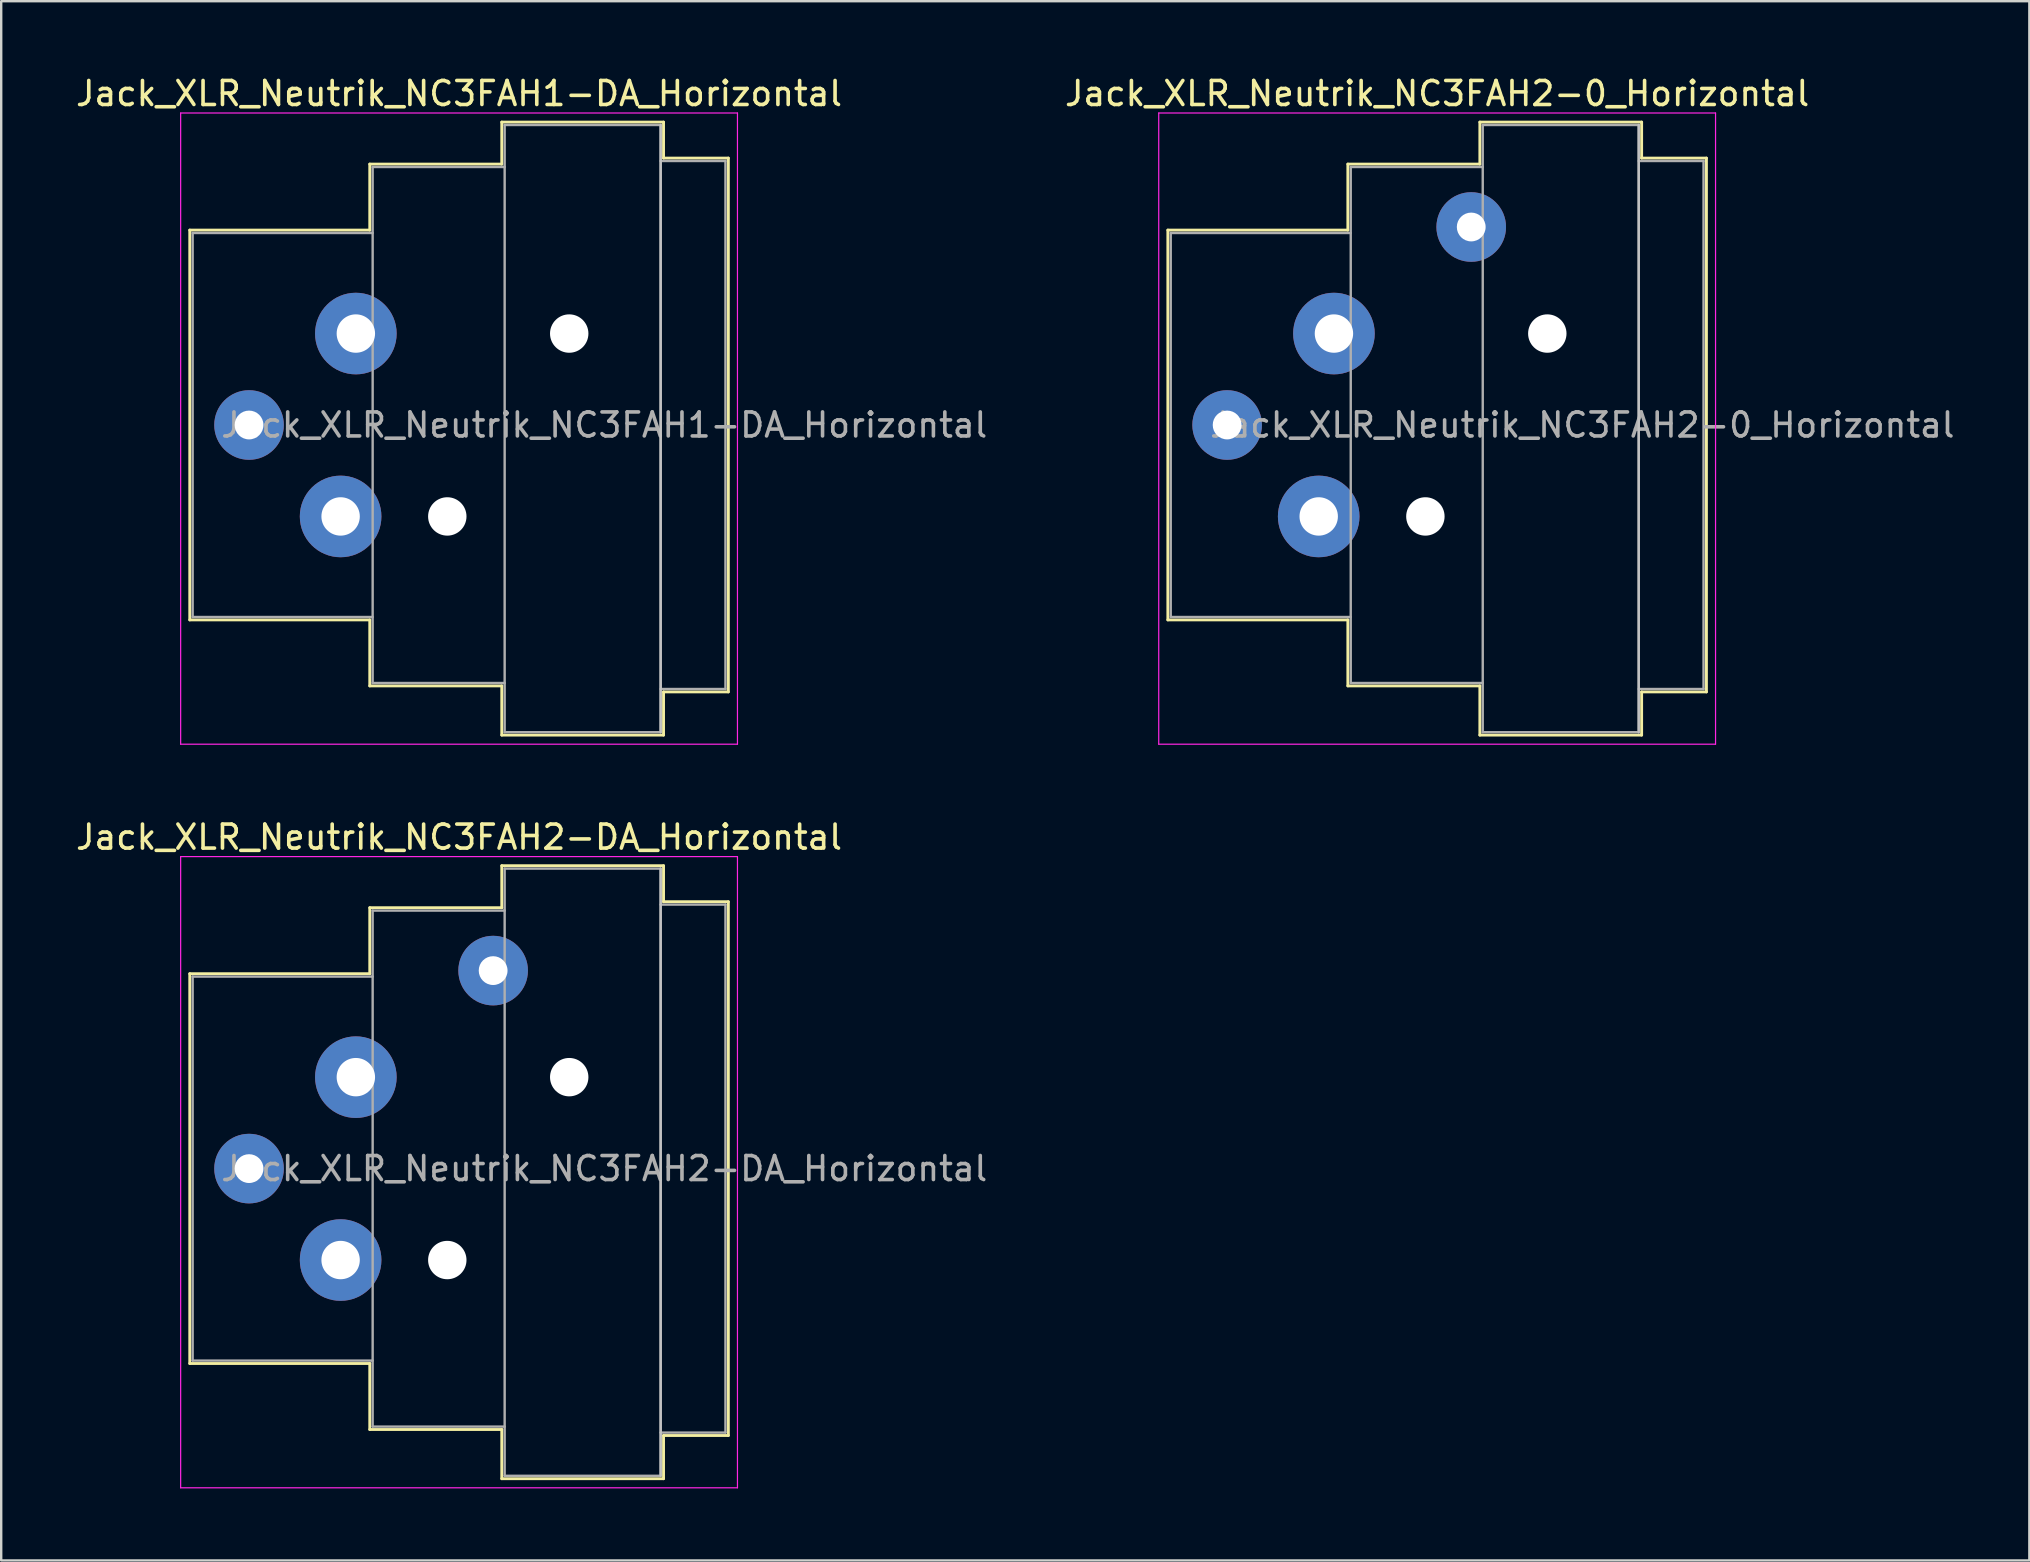
<source format=kicad_pcb>
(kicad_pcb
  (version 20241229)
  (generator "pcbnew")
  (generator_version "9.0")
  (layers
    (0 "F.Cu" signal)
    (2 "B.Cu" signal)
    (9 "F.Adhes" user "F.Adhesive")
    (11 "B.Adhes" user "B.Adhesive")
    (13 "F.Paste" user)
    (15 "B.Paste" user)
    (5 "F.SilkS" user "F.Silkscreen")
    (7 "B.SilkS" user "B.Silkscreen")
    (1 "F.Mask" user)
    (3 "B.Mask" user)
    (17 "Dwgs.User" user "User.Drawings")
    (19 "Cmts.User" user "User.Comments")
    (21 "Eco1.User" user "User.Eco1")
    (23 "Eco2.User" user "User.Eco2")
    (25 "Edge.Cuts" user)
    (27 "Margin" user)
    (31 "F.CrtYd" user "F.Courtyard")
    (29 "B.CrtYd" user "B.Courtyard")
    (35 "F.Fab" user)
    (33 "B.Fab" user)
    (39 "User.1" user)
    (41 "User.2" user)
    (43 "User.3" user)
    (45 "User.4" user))
  (footprint "Jack_XLR_Neutrik_NC3FAH2-DA_Horizontal"
    (layer "F.Cu")
    (at 11.777 41.831)
    (property "Reference" "Jack_XLR_Neutrik_NC3FAH2-DA_Horizontal" (at 4.3 -10 0) (layer "F.SilkS") (effects (font (size 1 1) (thickness 0.15))))
    (attr through_hole)
    (fp_line (start -6.92 -4.31) (end -6.92 11.93) (stroke (width 0.12) (type solid)) (layer "F.SilkS"))
    (fp_line (start 0.58 -7.06) (end 0.58 -4.31) (stroke (width 0.12) (type solid)) (layer "F.SilkS"))
    (fp_line (start 0.58 -4.31) (end -6.92 -4.31) (stroke (width 0.12) (type solid)) (layer "F.SilkS"))
    (fp_line (start 0.58 11.93) (end -6.92 11.93) (stroke (width 0.12) (type solid)) (layer "F.SilkS"))
    (fp_line (start 0.58 11.93) (end 0.58 14.68) (stroke (width 0.12) (type solid)) (layer "F.SilkS"))
    (fp_line (start 6.08 -7.06) (end 0.58 -7.06) (stroke (width 0.12) (type solid)) (layer "F.SilkS"))
    (fp_line (start 6.08 -7.06) (end 6.08 -8.81) (stroke (width 0.12) (type solid)) (layer "F.SilkS"))
    (fp_line (start 6.08 14.68) (end 0.58 14.68) (stroke (width 0.12) (type solid)) (layer "F.SilkS"))
    (fp_line (start 6.08 16.73) (end 6.08 14.68) (stroke (width 0.12) (type solid)) (layer "F.SilkS"))
    (fp_line (start 12.82 -8.81) (end 6.08 -8.81) (stroke (width 0.12) (type solid)) (layer "F.SilkS"))
    (fp_line (start 12.82 -8.81) (end 12.82 -7.31) (stroke (width 0.12) (type solid)) (layer "F.SilkS"))
    (fp_line (start 12.82 -7.31) (end 15.52 -7.31) (stroke (width 0.12) (type solid)) (layer "F.SilkS"))
    (fp_line (start 12.82 14.93) (end 12.82 16.73) (stroke (width 0.12) (type solid)) (layer "F.SilkS"))
    (fp_line (start 12.82 14.93) (end 15.52 14.93) (stroke (width 0.12) (type solid)) (layer "F.SilkS"))
    (fp_line (start 12.82 16.73) (end 6.08 16.73) (stroke (width 0.12) (type solid)) (layer "F.SilkS"))
    (fp_line (start 15.52 -7.31) (end 15.52 14.93) (stroke (width 0.12) (type solid)) (layer "F.SilkS"))
    (fp_line (start 12.7 -8.69) (end 12.7 16.61) (stroke (width 0.1) (type solid)) (layer "Dwgs.User"))
    (fp_line (start -7.3 -9.19) (end -7.3 17.11) (stroke (width 0.05) (type solid)) (layer "F.CrtYd"))
    (fp_line (start 15.9 -9.19) (end -7.3 -9.19) (stroke (width 0.05) (type solid)) (layer "F.CrtYd"))
    (fp_line (start 15.9 -9.19) (end 15.9 17.11) (stroke (width 0.05) (type solid)) (layer "F.CrtYd"))
    (fp_line (start 15.9 17.11) (end -7.3 17.11) (stroke (width 0.05) (type solid)) (layer "F.CrtYd"))
    (fp_line (start -6.8 -4.19) (end -6.8 11.81) (stroke (width 0.1) (type solid)) (layer "F.Fab"))
    (fp_line (start -6.8 11.81) (end 0.7 11.81) (stroke (width 0.1) (type solid)) (layer "F.Fab"))
    (fp_line (start 0.7 -6.94) (end 0.7 14.56) (stroke (width 0.1) (type solid)) (layer "F.Fab"))
    (fp_line (start 0.7 -4.19) (end -6.8 -4.19) (stroke (width 0.1) (type solid)) (layer "F.Fab"))
    (fp_line (start 0.7 14.56) (end 6.2 14.56) (stroke (width 0.1) (type solid)) (layer "F.Fab"))
    (fp_line (start 6.2 -8.69) (end 12.7 -8.69) (stroke (width 0.1) (type solid)) (layer "F.Fab"))
    (fp_line (start 6.2 -6.94) (end 0.7 -6.94) (stroke (width 0.1) (type solid)) (layer "F.Fab"))
    (fp_line (start 6.2 16.61) (end 6.2 -8.69) (stroke (width 0.1) (type solid)) (layer "F.Fab"))
    (fp_line (start 12.7 -8.69) (end 12.7 16.61) (stroke (width 0.1) (type solid)) (layer "F.Fab"))
    (fp_line (start 12.7 -7.19) (end 15.4 -7.19) (stroke (width 0.1) (type solid)) (layer "F.Fab"))
    (fp_line (start 12.7 16.61) (end 6.2 16.61) (stroke (width 0.1) (type solid)) (layer "F.Fab"))
    (fp_line (start 15.4 -7.19) (end 15.4 14.81) (stroke (width 0.1) (type solid)) (layer "F.Fab"))
    (fp_line (start 15.4 14.81) (end 12.7 14.81) (stroke (width 0.1) (type solid)) (layer "F.Fab"))
    (fp_text user "${REFERENCE}" (at 10.35 3.81 0) (layer "F.Fab") (effects (font (size 1 1) (thickness 0.15))))
    (pad "" np_thru_hole circle (at 3.81 7.62) (size 1.6 1.6) (drill 1.6) (layers "*.Cu" "*.Mask"))
    (pad "" np_thru_hole circle (at 8.89 0) (size 1.6 1.6) (drill 1.6) (layers "*.Cu" "*.Mask"))
    (pad "1" thru_hole circle (at 0 0) (size 3.4 3.4) (drill 1.6) (layers "*.Cu" "*.Mask"))
    (pad "2" thru_hole circle (at -0.635 7.62) (size 3.4 3.4) (drill 1.6) (layers "*.Cu" "*.Mask"))
    (pad "3" thru_hole circle (at -4.45 3.81) (size 2.9 2.9) (drill 1.2) (layers "*.Cu" "*.Mask"))
    (pad "G" thru_hole circle (at 5.72 -4.44) (size 2.9 2.9) (drill 1.2) (layers "*.Cu" "*.Mask")))
  (footprint "Jack_XLR_Neutrik_NC3FAH2-0_Horizontal"
    (layer "F.Cu")
    (at 52.53 10.848)
    (property "Reference" "Jack_XLR_Neutrik_NC3FAH2-0_Horizontal" (at 4.3 -10 0) (layer "F.SilkS") (effects (font (size 1 1) (thickness 0.15))))
    (attr through_hole)
    (fp_line (start -6.92 -4.31) (end -6.92 11.93) (stroke (width 0.12) (type solid)) (layer "F.SilkS"))
    (fp_line (start 0.58 -7.06) (end 0.58 -4.31) (stroke (width 0.12) (type solid)) (layer "F.SilkS"))
    (fp_line (start 0.58 -4.31) (end -6.92 -4.31) (stroke (width 0.12) (type solid)) (layer "F.SilkS"))
    (fp_line (start 0.58 11.93) (end -6.92 11.93) (stroke (width 0.12) (type solid)) (layer "F.SilkS"))
    (fp_line (start 0.58 11.93) (end 0.58 14.68) (stroke (width 0.12) (type solid)) (layer "F.SilkS"))
    (fp_line (start 6.08 -7.06) (end 0.58 -7.06) (stroke (width 0.12) (type solid)) (layer "F.SilkS"))
    (fp_line (start 6.08 -7.06) (end 6.08 -8.81) (stroke (width 0.12) (type solid)) (layer "F.SilkS"))
    (fp_line (start 6.08 14.68) (end 0.58 14.68) (stroke (width 0.12) (type solid)) (layer "F.SilkS"))
    (fp_line (start 6.08 16.73) (end 6.08 14.68) (stroke (width 0.12) (type solid)) (layer "F.SilkS"))
    (fp_line (start 12.82 -8.81) (end 6.08 -8.81) (stroke (width 0.12) (type solid)) (layer "F.SilkS"))
    (fp_line (start 12.82 -8.81) (end 12.82 -7.31) (stroke (width 0.12) (type solid)) (layer "F.SilkS"))
    (fp_line (start 12.82 -7.31) (end 15.52 -7.31) (stroke (width 0.12) (type solid)) (layer "F.SilkS"))
    (fp_line (start 12.82 14.93) (end 12.82 16.73) (stroke (width 0.12) (type solid)) (layer "F.SilkS"))
    (fp_line (start 12.82 14.93) (end 15.52 14.93) (stroke (width 0.12) (type solid)) (layer "F.SilkS"))
    (fp_line (start 12.82 16.73) (end 6.08 16.73) (stroke (width 0.12) (type solid)) (layer "F.SilkS"))
    (fp_line (start 15.52 -7.31) (end 15.52 14.93) (stroke (width 0.12) (type solid)) (layer "F.SilkS"))
    (fp_line (start 12.7 -8.69) (end 12.7 16.61) (stroke (width 0.1) (type solid)) (layer "Dwgs.User"))
    (fp_line (start -7.3 -9.19) (end -7.3 17.11) (stroke (width 0.05) (type solid)) (layer "F.CrtYd"))
    (fp_line (start 15.9 -9.19) (end -7.3 -9.19) (stroke (width 0.05) (type solid)) (layer "F.CrtYd"))
    (fp_line (start 15.9 -9.19) (end 15.9 17.11) (stroke (width 0.05) (type solid)) (layer "F.CrtYd"))
    (fp_line (start 15.9 17.11) (end -7.3 17.11) (stroke (width 0.05) (type solid)) (layer "F.CrtYd"))
    (fp_line (start -6.8 -4.19) (end -6.8 11.81) (stroke (width 0.1) (type solid)) (layer "F.Fab"))
    (fp_line (start -6.8 11.81) (end 0.7 11.81) (stroke (width 0.1) (type solid)) (layer "F.Fab"))
    (fp_line (start 0.7 -6.94) (end 0.7 14.56) (stroke (width 0.1) (type solid)) (layer "F.Fab"))
    (fp_line (start 0.7 -4.19) (end -6.8 -4.19) (stroke (width 0.1) (type solid)) (layer "F.Fab"))
    (fp_line (start 0.7 14.56) (end 6.2 14.56) (stroke (width 0.1) (type solid)) (layer "F.Fab"))
    (fp_line (start 6.2 -8.69) (end 12.7 -8.69) (stroke (width 0.1) (type solid)) (layer "F.Fab"))
    (fp_line (start 6.2 -6.94) (end 0.7 -6.94) (stroke (width 0.1) (type solid)) (layer "F.Fab"))
    (fp_line (start 6.2 16.61) (end 6.2 -8.69) (stroke (width 0.1) (type solid)) (layer "F.Fab"))
    (fp_line (start 12.7 -8.69) (end 12.7 16.61) (stroke (width 0.1) (type solid)) (layer "F.Fab"))
    (fp_line (start 12.7 -7.19) (end 15.4 -7.19) (stroke (width 0.1) (type solid)) (layer "F.Fab"))
    (fp_line (start 12.7 16.61) (end 6.2 16.61) (stroke (width 0.1) (type solid)) (layer "F.Fab"))
    (fp_line (start 15.4 -7.19) (end 15.4 14.81) (stroke (width 0.1) (type solid)) (layer "F.Fab"))
    (fp_line (start 15.4 14.81) (end 12.7 14.81) (stroke (width 0.1) (type solid)) (layer "F.Fab"))
    (fp_text user "${REFERENCE}" (at 10.35 3.81 0) (layer "F.Fab") (effects (font (size 1 1) (thickness 0.15))))
    (pad "" np_thru_hole circle (at 3.81 7.62) (size 1.6 1.6) (drill 1.6) (layers "*.Cu" "*.Mask"))
    (pad "" np_thru_hole circle (at 8.89 0) (size 1.6 1.6) (drill 1.6) (layers "*.Cu" "*.Mask"))
    (pad "1" thru_hole circle (at 0 0) (size 3.4 3.4) (drill 1.6) (layers "*.Cu" "*.Mask"))
    (pad "2" thru_hole circle (at -0.635 7.62) (size 3.4 3.4) (drill 1.6) (layers "*.Cu" "*.Mask"))
    (pad "3" thru_hole circle (at -4.45 3.81) (size 2.9 2.9) (drill 1.2) (layers "*.Cu" "*.Mask"))
    (pad "G" thru_hole circle (at 5.72 -4.44) (size 2.9 2.9) (drill 1.2) (layers "*.Cu" "*.Mask")))
  (footprint "Jack_XLR_Neutrik_NC3FAH1-DA_Horizontal"
    (layer "F.Cu")
    (at 11.777 10.848)
    (property "Reference" "Jack_XLR_Neutrik_NC3FAH1-DA_Horizontal" (at 4.3 -10 0) (layer "F.SilkS") (effects (font (size 1 1) (thickness 0.15))))
    (attr through_hole)
    (fp_line (start -6.92 -4.31) (end -6.92 11.93) (stroke (width 0.12) (type solid)) (layer "F.SilkS"))
    (fp_line (start 0.58 -7.06) (end 0.58 -4.31) (stroke (width 0.12) (type solid)) (layer "F.SilkS"))
    (fp_line (start 0.58 -4.31) (end -6.92 -4.31) (stroke (width 0.12) (type solid)) (layer "F.SilkS"))
    (fp_line (start 0.58 11.93) (end -6.92 11.93) (stroke (width 0.12) (type solid)) (layer "F.SilkS"))
    (fp_line (start 0.58 11.93) (end 0.58 14.68) (stroke (width 0.12) (type solid)) (layer "F.SilkS"))
    (fp_line (start 6.08 -7.06) (end 0.58 -7.06) (stroke (width 0.12) (type solid)) (layer "F.SilkS"))
    (fp_line (start 6.08 -7.06) (end 6.08 -8.81) (stroke (width 0.12) (type solid)) (layer "F.SilkS"))
    (fp_line (start 6.08 14.68) (end 0.58 14.68) (stroke (width 0.12) (type solid)) (layer "F.SilkS"))
    (fp_line (start 6.08 16.73) (end 6.08 14.68) (stroke (width 0.12) (type solid)) (layer "F.SilkS"))
    (fp_line (start 12.82 -8.81) (end 6.08 -8.81) (stroke (width 0.12) (type solid)) (layer "F.SilkS"))
    (fp_line (start 12.82 -8.81) (end 12.82 -7.31) (stroke (width 0.12) (type solid)) (layer "F.SilkS"))
    (fp_line (start 12.82 -7.31) (end 15.52 -7.31) (stroke (width 0.12) (type solid)) (layer "F.SilkS"))
    (fp_line (start 12.82 14.93) (end 12.82 16.73) (stroke (width 0.12) (type solid)) (layer "F.SilkS"))
    (fp_line (start 12.82 14.93) (end 15.52 14.93) (stroke (width 0.12) (type solid)) (layer "F.SilkS"))
    (fp_line (start 12.82 16.73) (end 6.08 16.73) (stroke (width 0.12) (type solid)) (layer "F.SilkS"))
    (fp_line (start 15.52 -7.31) (end 15.52 14.93) (stroke (width 0.12) (type solid)) (layer "F.SilkS"))
    (fp_line (start 12.7 -8.69) (end 12.7 16.61) (stroke (width 0.1) (type solid)) (layer "Dwgs.User"))
    (fp_line (start -7.3 -9.19) (end -7.3 17.11) (stroke (width 0.05) (type solid)) (layer "F.CrtYd"))
    (fp_line (start 15.9 -9.19) (end -7.3 -9.19) (stroke (width 0.05) (type solid)) (layer "F.CrtYd"))
    (fp_line (start 15.9 -9.19) (end 15.9 17.11) (stroke (width 0.05) (type solid)) (layer "F.CrtYd"))
    (fp_line (start 15.9 17.11) (end -7.3 17.11) (stroke (width 0.05) (type solid)) (layer "F.CrtYd"))
    (fp_line (start -6.8 -4.19) (end -6.8 11.81) (stroke (width 0.1) (type solid)) (layer "F.Fab"))
    (fp_line (start -6.8 11.81) (end 0.7 11.81) (stroke (width 0.1) (type solid)) (layer "F.Fab"))
    (fp_line (start 0.7 -6.94) (end 0.7 14.56) (stroke (width 0.1) (type solid)) (layer "F.Fab"))
    (fp_line (start 0.7 -4.19) (end -6.8 -4.19) (stroke (width 0.1) (type solid)) (layer "F.Fab"))
    (fp_line (start 0.7 14.56) (end 6.2 14.56) (stroke (width 0.1) (type solid)) (layer "F.Fab"))
    (fp_line (start 6.2 -8.69) (end 12.7 -8.69) (stroke (width 0.1) (type solid)) (layer "F.Fab"))
    (fp_line (start 6.2 -6.94) (end 0.7 -6.94) (stroke (width 0.1) (type solid)) (layer "F.Fab"))
    (fp_line (start 6.2 16.61) (end 6.2 -8.69) (stroke (width 0.1) (type solid)) (layer "F.Fab"))
    (fp_line (start 12.7 -8.69) (end 12.7 16.61) (stroke (width 0.1) (type solid)) (layer "F.Fab"))
    (fp_line (start 12.7 -7.19) (end 15.4 -7.19) (stroke (width 0.1) (type solid)) (layer "F.Fab"))
    (fp_line (start 12.7 16.61) (end 6.2 16.61) (stroke (width 0.1) (type solid)) (layer "F.Fab"))
    (fp_line (start 15.4 -7.19) (end 15.4 14.81) (stroke (width 0.1) (type solid)) (layer "F.Fab"))
    (fp_line (start 15.4 14.81) (end 12.7 14.81) (stroke (width 0.1) (type solid)) (layer "F.Fab"))
    (fp_text user "${REFERENCE}" (at 10.35 3.81 0) (layer "F.Fab") (effects (font (size 1 1) (thickness 0.15))))
    (pad "" np_thru_hole circle (at 3.81 7.62) (size 1.6 1.6) (drill 1.6) (layers "*.Cu" "*.Mask"))
    (pad "" np_thru_hole circle (at 8.89 0) (size 1.6 1.6) (drill 1.6) (layers "*.Cu" "*.Mask"))
    (pad "1" thru_hole circle (at 0 0) (size 3.4 3.4) (drill 1.6) (layers "*.Cu" "*.Mask"))
    (pad "2" thru_hole circle (at -0.635 7.62) (size 3.4 3.4) (drill 1.6) (layers "*.Cu" "*.Mask"))
    (pad "3" thru_hole circle (at -4.45 3.81) (size 2.9 2.9) (drill 1.2) (layers "*.Cu" "*.Mask")))
  (gr_rect
    (start -3 -3)
    (end 81.505 61.967)
    (stroke (width 0.1) (type default))
    (fill no)
    (layer "Edge.Cuts")))
</source>
